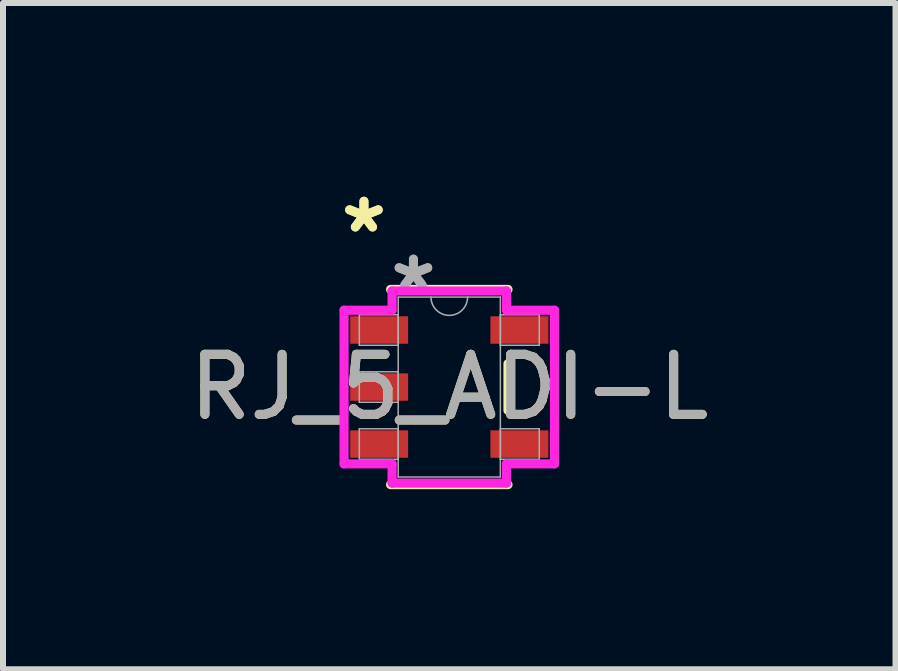
<source format=kicad_pcb>
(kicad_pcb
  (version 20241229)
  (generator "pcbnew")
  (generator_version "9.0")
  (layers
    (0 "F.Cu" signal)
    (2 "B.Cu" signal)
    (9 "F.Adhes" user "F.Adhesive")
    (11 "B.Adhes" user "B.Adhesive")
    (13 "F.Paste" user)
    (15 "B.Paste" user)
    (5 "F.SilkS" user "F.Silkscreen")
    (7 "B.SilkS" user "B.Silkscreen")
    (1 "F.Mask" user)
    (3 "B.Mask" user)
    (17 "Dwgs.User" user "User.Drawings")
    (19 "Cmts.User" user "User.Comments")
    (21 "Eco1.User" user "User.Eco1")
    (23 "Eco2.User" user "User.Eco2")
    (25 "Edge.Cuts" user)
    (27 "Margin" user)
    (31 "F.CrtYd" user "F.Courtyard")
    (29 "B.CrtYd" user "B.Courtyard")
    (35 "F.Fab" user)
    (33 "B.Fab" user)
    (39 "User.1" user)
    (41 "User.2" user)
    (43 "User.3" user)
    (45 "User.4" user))
  (footprint "RJ_5_ADI-L"
    (layer "F.Cu")
    (at 4.435 3.398)
    (property "Reference" "RJ_5_ADI-L" (at 0 0 0) (unlocked yes) (layer "F.SilkS") (effects (font (size 1 1) (thickness 0.15))))
    (attr smd)
    (fp_line (start -0.978 1.626) (end 0.978 1.626) (stroke (width 0.152) (type solid)) (layer "F.SilkS"))
    (fp_line (start 0.978 -1.626) (end -0.978 -1.626) (stroke (width 0.152) (type solid)) (layer "F.SilkS"))
    (fp_line (start 0.978 0.389) (end 0.978 -0.389) (stroke (width 0.152) (type solid)) (layer "F.SilkS"))
    (fp_line (start -1.753 -1.28) (end -0.953 -1.28) (stroke (width 0.152) (type solid)) (layer "F.CrtYd"))
    (fp_line (start -1.753 1.28) (end -1.753 -1.28) (stroke (width 0.152) (type solid)) (layer "F.CrtYd"))
    (fp_line (start -0.953 -1.6) (end 0.953 -1.6) (stroke (width 0.152) (type solid)) (layer "F.CrtYd"))
    (fp_line (start -0.953 -1.28) (end -0.953 -1.6) (stroke (width 0.152) (type solid)) (layer "F.CrtYd"))
    (fp_line (start -0.953 1.28) (end -1.753 1.28) (stroke (width 0.152) (type solid)) (layer "F.CrtYd"))
    (fp_line (start -0.953 1.6) (end -0.953 1.28) (stroke (width 0.152) (type solid)) (layer "F.CrtYd"))
    (fp_line (start 0.953 -1.6) (end 0.953 -1.28) (stroke (width 0.152) (type solid)) (layer "F.CrtYd"))
    (fp_line (start 0.953 -1.28) (end 1.753 -1.28) (stroke (width 0.152) (type solid)) (layer "F.CrtYd"))
    (fp_line (start 0.953 1.28) (end 0.953 1.6) (stroke (width 0.152) (type solid)) (layer "F.CrtYd"))
    (fp_line (start 0.953 1.6) (end -0.953 1.6) (stroke (width 0.152) (type solid)) (layer "F.CrtYd"))
    (fp_line (start 1.753 -1.28) (end 1.753 1.28) (stroke (width 0.152) (type solid)) (layer "F.CrtYd"))
    (fp_line (start 1.753 1.28) (end 0.953 1.28) (stroke (width 0.152) (type solid)) (layer "F.CrtYd"))
    (fp_line (start -1.499 -1.204) (end -1.499 -0.696) (stroke (width 0.025) (type solid)) (layer "F.Fab"))
    (fp_line (start -1.499 -0.696) (end -0.851 -0.696) (stroke (width 0.025) (type solid)) (layer "F.Fab"))
    (fp_line (start -1.499 -0.254) (end -1.499 0.254) (stroke (width 0.025) (type solid)) (layer "F.Fab"))
    (fp_line (start -1.499 0.254) (end -0.851 0.254) (stroke (width 0.025) (type solid)) (layer "F.Fab"))
    (fp_line (start -1.499 0.696) (end -1.499 1.204) (stroke (width 0.025) (type solid)) (layer "F.Fab"))
    (fp_line (start -1.499 1.204) (end -0.851 1.204) (stroke (width 0.025) (type solid)) (layer "F.Fab"))
    (fp_line (start -0.851 -1.499) (end -0.851 1.499) (stroke (width 0.025) (type solid)) (layer "F.Fab"))
    (fp_line (start -0.851 -1.204) (end -1.499 -1.204) (stroke (width 0.025) (type solid)) (layer "F.Fab"))
    (fp_line (start -0.851 -0.696) (end -0.851 -1.204) (stroke (width 0.025) (type solid)) (layer "F.Fab"))
    (fp_line (start -0.851 -0.254) (end -1.499 -0.254) (stroke (width 0.025) (type solid)) (layer "F.Fab"))
    (fp_line (start -0.851 0.254) (end -0.851 -0.254) (stroke (width 0.025) (type solid)) (layer "F.Fab"))
    (fp_line (start -0.851 0.696) (end -1.499 0.696) (stroke (width 0.025) (type solid)) (layer "F.Fab"))
    (fp_line (start -0.851 1.204) (end -0.851 0.696) (stroke (width 0.025) (type solid)) (layer "F.Fab"))
    (fp_line (start -0.851 1.499) (end 0.851 1.499) (stroke (width 0.025) (type solid)) (layer "F.Fab"))
    (fp_line (start 0.851 -1.499) (end -0.851 -1.499) (stroke (width 0.025) (type solid)) (layer "F.Fab"))
    (fp_line (start 0.851 -1.204) (end 0.851 -0.696) (stroke (width 0.025) (type solid)) (layer "F.Fab"))
    (fp_line (start 0.851 -0.696) (end 1.499 -0.696) (stroke (width 0.025) (type solid)) (layer "F.Fab"))
    (fp_line (start 0.851 0.696) (end 0.851 1.204) (stroke (width 0.025) (type solid)) (layer "F.Fab"))
    (fp_line (start 0.851 1.204) (end 1.499 1.204) (stroke (width 0.025) (type solid)) (layer "F.Fab"))
    (fp_line (start 0.851 1.499) (end 0.851 -1.499) (stroke (width 0.025) (type solid)) (layer "F.Fab"))
    (fp_line (start 1.499 -1.204) (end 0.851 -1.204) (stroke (width 0.025) (type solid)) (layer "F.Fab"))
    (fp_line (start 1.499 -0.696) (end 1.499 -1.204) (stroke (width 0.025) (type solid)) (layer "F.Fab"))
    (fp_line (start 1.499 0.696) (end 0.851 0.696) (stroke (width 0.025) (type solid)) (layer "F.Fab"))
    (fp_line (start 1.499 1.204) (end 1.499 0.696) (stroke (width 0.025) (type solid)) (layer "F.Fab"))
    (fp_arc (start 0.3048 -1.4986) (mid 0 -1.1938) (end -0.3048 -1.4986) (stroke (width 0.0254) (type solid)) (layer "F.Fab"))
    (fp_text user "*" (at -1.422 -2.55 0) (unlocked yes) (layer "F.SilkS") (effects (font (size 1 1) (thickness 0.15))))
    (fp_text user "*" (at -1.422 -2.55 0) (layer "F.SilkS") (effects (font (size 1 1) (thickness 0.15))))
    (fp_text user "*" (at -0.597 -1.585 0) (layer "F.Fab") (effects (font (size 1 1) (thickness 0.15))))
    (fp_text user "${REFERENCE}" (at 0 0 0) (unlocked yes) (layer "F.Fab") (effects (font (size 1 1) (thickness 0.15))))
    (fp_text user "*" (at -0.597 -1.585 0) (unlocked yes) (layer "F.Fab") (effects (font (size 1 1) (thickness 0.15))))
    (pad "1" smd rect (at -1.168 -0.95) (size 0.965 0.457) (layers "F.Cu" "F.Mask" "F.Paste"))
    (pad "2" smd rect (at -1.168 0) (size 0.965 0.457) (layers "F.Cu" "F.Mask" "F.Paste"))
    (pad "3" smd rect (at -1.168 0.95) (size 0.965 0.457) (layers "F.Cu" "F.Mask" "F.Paste"))
    (pad "4" smd rect (at 1.168 0.95) (size 0.965 0.457) (layers "F.Cu" "F.Mask" "F.Paste"))
    (pad "5" smd rect (at 1.168 -0.95) (size 0.965 0.457) (layers "F.Cu" "F.Mask" "F.Paste")))
  (gr_rect
    (start -3 -3)
    (end 11.869 8.1)
    (stroke (width 0.1) (type default))
    (fill no)
    (layer "Edge.Cuts")))
</source>
